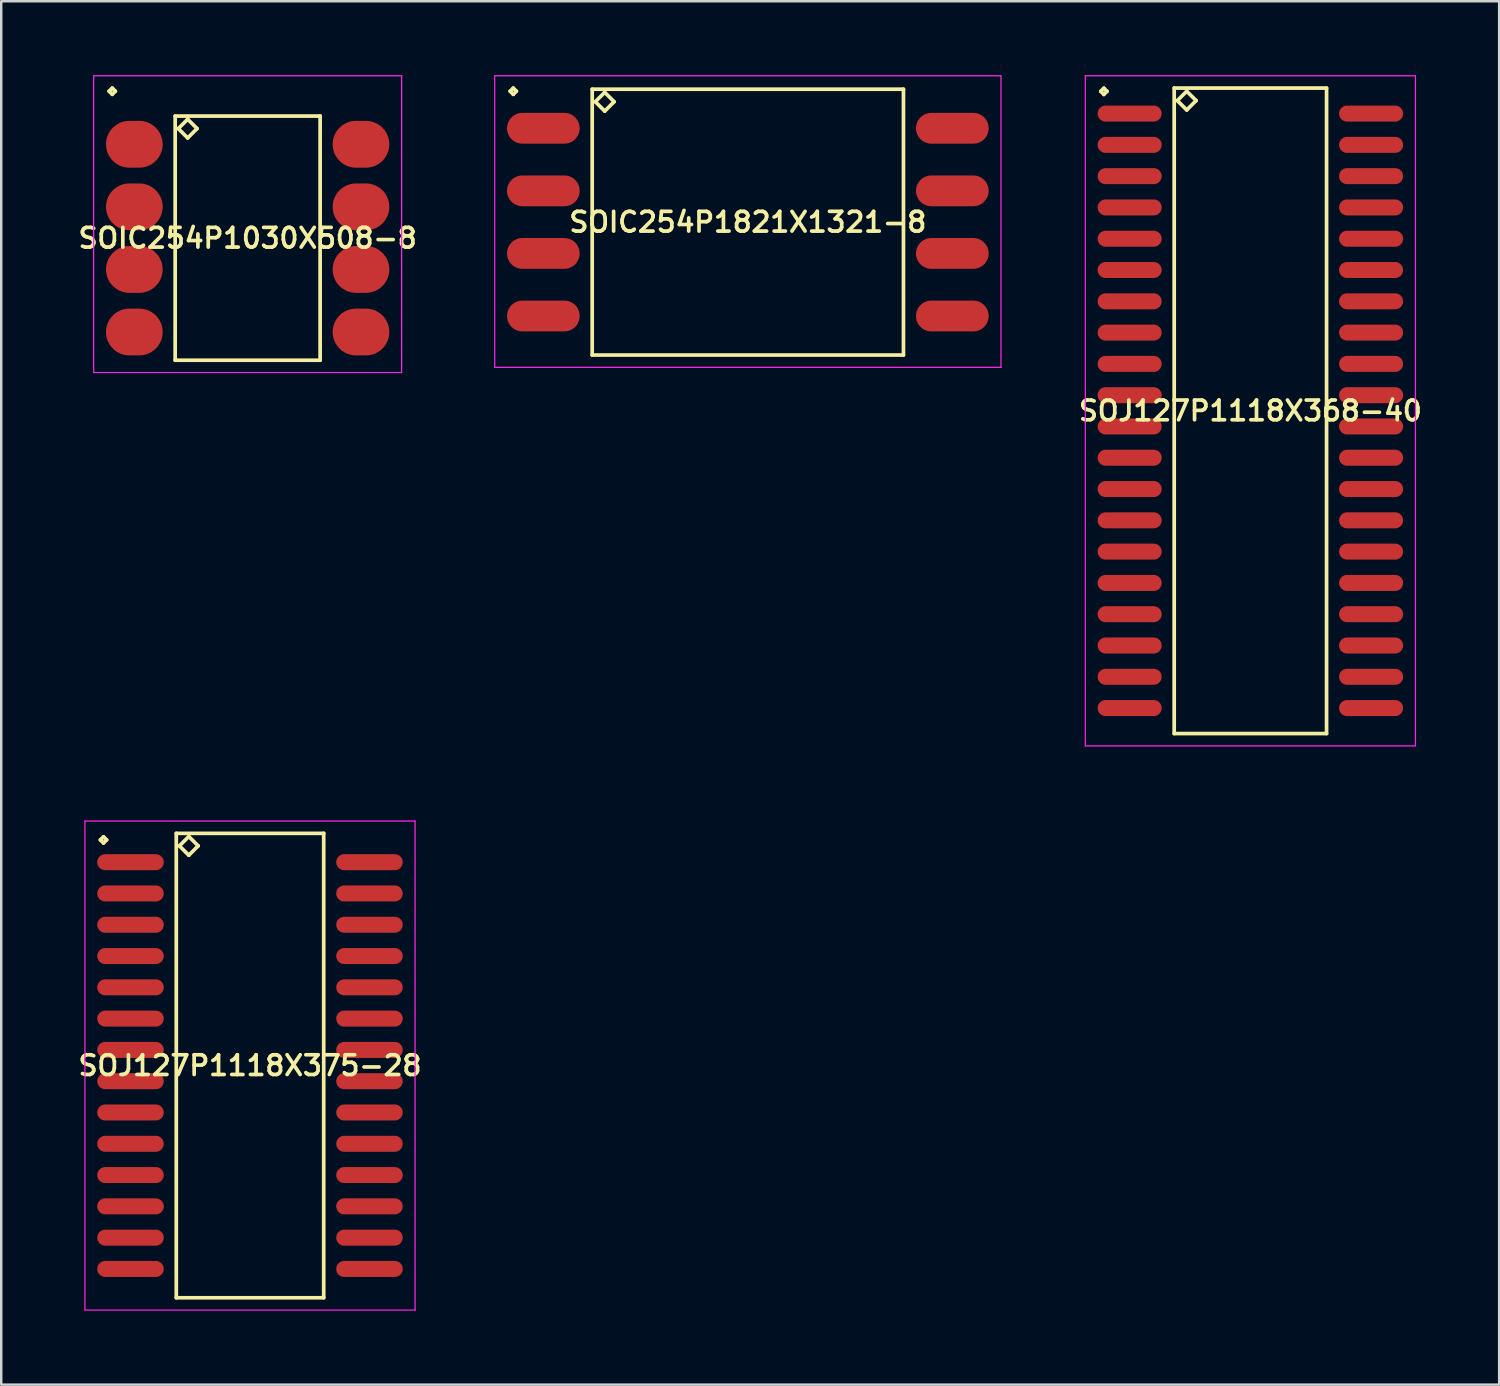
<source format=kicad_pcb>
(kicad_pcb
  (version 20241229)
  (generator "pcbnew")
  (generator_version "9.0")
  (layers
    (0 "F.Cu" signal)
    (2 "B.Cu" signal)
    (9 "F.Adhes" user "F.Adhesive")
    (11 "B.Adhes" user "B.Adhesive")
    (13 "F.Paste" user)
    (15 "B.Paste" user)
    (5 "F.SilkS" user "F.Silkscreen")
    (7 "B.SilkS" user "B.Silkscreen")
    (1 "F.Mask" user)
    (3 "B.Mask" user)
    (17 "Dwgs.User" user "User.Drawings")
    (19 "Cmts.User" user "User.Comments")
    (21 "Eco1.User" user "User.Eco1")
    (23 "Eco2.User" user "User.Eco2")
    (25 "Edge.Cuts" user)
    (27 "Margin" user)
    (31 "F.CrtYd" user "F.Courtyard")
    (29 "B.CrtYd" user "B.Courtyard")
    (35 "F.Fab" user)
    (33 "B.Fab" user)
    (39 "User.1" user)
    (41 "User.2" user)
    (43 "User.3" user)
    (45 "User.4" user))
  (footprint "SOJ127P1118X368-40"
    (layer "F.Cu")
    (at 47.702 13.625)
    (property "Reference" "SOJ127P1118X368-40" (at 0 0 0) (layer "F.SilkS") (effects (font (size 0.8 0.8) (thickness 0.15))))
    (attr smd)
    (fp_line (start -6.073 -12.969) (end -5.946 -13.096) (stroke (width 0.15) (type solid)) (layer "F.SilkS"))
    (fp_line (start -5.946 -13.096) (end -5.819 -12.969) (stroke (width 0.15) (type solid)) (layer "F.SilkS"))
    (fp_line (start -5.946 -12.842) (end -6.073 -12.969) (stroke (width 0.15) (type solid)) (layer "F.SilkS"))
    (fp_line (start -5.819 -12.969) (end -5.946 -12.842) (stroke (width 0.15) (type solid)) (layer "F.SilkS"))
    (fp_line (start -3.092 -13.1) (end -3.092 13.1) (stroke (width 0.15) (type solid)) (layer "F.SilkS"))
    (fp_line (start -3.092 13.1) (end 3.092 13.1) (stroke (width 0.15) (type solid)) (layer "F.SilkS"))
    (fp_line (start -2.965 -12.592) (end -2.584 -12.973) (stroke (width 0.15) (type solid)) (layer "F.SilkS"))
    (fp_line (start -2.584 -12.973) (end -2.203 -12.592) (stroke (width 0.15) (type solid)) (layer "F.SilkS"))
    (fp_line (start -2.584 -12.211) (end -2.965 -12.592) (stroke (width 0.15) (type solid)) (layer "F.SilkS"))
    (fp_line (start -2.203 -12.592) (end -2.584 -12.211) (stroke (width 0.15) (type solid)) (layer "F.SilkS"))
    (fp_line (start 3.092 -13.1) (end -3.092 -13.1) (stroke (width 0.15) (type solid)) (layer "F.SilkS"))
    (fp_line (start 3.092 13.1) (end 3.092 -13.1) (stroke (width 0.15) (type solid)) (layer "F.SilkS"))
    (fp_line (start -6.7 -13.6) (end 6.7 -13.6) (stroke (width 0.05) (type solid)) (layer "F.CrtYd"))
    (fp_line (start -6.7 13.6) (end -6.7 -13.6) (stroke (width 0.05) (type solid)) (layer "F.CrtYd"))
    (fp_line (start 6.7 -13.6) (end 6.7 13.6) (stroke (width 0.05) (type solid)) (layer "F.CrtYd"))
    (fp_line (start 6.7 13.6) (end -6.7 13.6) (stroke (width 0.05) (type solid)) (layer "F.CrtYd"))
    (pad "1" smd oval (at -4.9 -12.065) (size 2.6 0.65) (layers "F.Cu" "F.Mask" "F.Paste"))
    (pad "2" smd oval (at -4.9 -10.795) (size 2.6 0.65) (layers "F.Cu" "F.Mask" "F.Paste"))
    (pad "3" smd oval (at -4.9 -9.525) (size 2.6 0.65) (layers "F.Cu" "F.Mask" "F.Paste"))
    (pad "4" smd oval (at -4.9 -8.255) (size 2.6 0.65) (layers "F.Cu" "F.Mask" "F.Paste"))
    (pad "5" smd oval (at -4.9 -6.985) (size 2.6 0.65) (layers "F.Cu" "F.Mask" "F.Paste"))
    (pad "6" smd oval (at -4.9 -5.715) (size 2.6 0.65) (layers "F.Cu" "F.Mask" "F.Paste"))
    (pad "7" smd oval (at -4.9 -4.445) (size 2.6 0.65) (layers "F.Cu" "F.Mask" "F.Paste"))
    (pad "8" smd oval (at -4.9 -3.175) (size 2.6 0.65) (layers "F.Cu" "F.Mask" "F.Paste"))
    (pad "9" smd oval (at -4.9 -1.905) (size 2.6 0.65) (layers "F.Cu" "F.Mask" "F.Paste"))
    (pad "10" smd oval (at -4.9 -0.635) (size 2.6 0.65) (layers "F.Cu" "F.Mask" "F.Paste"))
    (pad "11" smd oval (at -4.9 0.635) (size 2.6 0.65) (layers "F.Cu" "F.Mask" "F.Paste"))
    (pad "12" smd oval (at -4.9 1.905) (size 2.6 0.65) (layers "F.Cu" "F.Mask" "F.Paste"))
    (pad "13" smd oval (at -4.9 3.175) (size 2.6 0.65) (layers "F.Cu" "F.Mask" "F.Paste"))
    (pad "14" smd oval (at -4.9 4.445) (size 2.6 0.65) (layers "F.Cu" "F.Mask" "F.Paste"))
    (pad "15" smd oval (at -4.9 5.715) (size 2.6 0.65) (layers "F.Cu" "F.Mask" "F.Paste"))
    (pad "16" smd oval (at -4.9 6.985) (size 2.6 0.65) (layers "F.Cu" "F.Mask" "F.Paste"))
    (pad "17" smd oval (at -4.9 8.255) (size 2.6 0.65) (layers "F.Cu" "F.Mask" "F.Paste"))
    (pad "18" smd oval (at -4.9 9.525) (size 2.6 0.65) (layers "F.Cu" "F.Mask" "F.Paste"))
    (pad "19" smd oval (at -4.9 10.795) (size 2.6 0.65) (layers "F.Cu" "F.Mask" "F.Paste"))
    (pad "20" smd oval (at -4.9 12.065) (size 2.6 0.65) (layers "F.Cu" "F.Mask" "F.Paste"))
    (pad "21" smd oval (at 4.9 12.065) (size 2.6 0.65) (layers "F.Cu" "F.Mask" "F.Paste"))
    (pad "22" smd oval (at 4.9 10.795) (size 2.6 0.65) (layers "F.Cu" "F.Mask" "F.Paste"))
    (pad "23" smd oval (at 4.9 9.525) (size 2.6 0.65) (layers "F.Cu" "F.Mask" "F.Paste"))
    (pad "24" smd oval (at 4.9 8.255) (size 2.6 0.65) (layers "F.Cu" "F.Mask" "F.Paste"))
    (pad "25" smd oval (at 4.9 6.985) (size 2.6 0.65) (layers "F.Cu" "F.Mask" "F.Paste"))
    (pad "26" smd oval (at 4.9 5.715) (size 2.6 0.65) (layers "F.Cu" "F.Mask" "F.Paste"))
    (pad "27" smd oval (at 4.9 4.445) (size 2.6 0.65) (layers "F.Cu" "F.Mask" "F.Paste"))
    (pad "28" smd oval (at 4.9 3.175) (size 2.6 0.65) (layers "F.Cu" "F.Mask" "F.Paste"))
    (pad "29" smd oval (at 4.9 1.905) (size 2.6 0.65) (layers "F.Cu" "F.Mask" "F.Paste"))
    (pad "30" smd oval (at 4.9 0.635) (size 2.6 0.65) (layers "F.Cu" "F.Mask" "F.Paste"))
    (pad "31" smd oval (at 4.9 -0.635) (size 2.6 0.65) (layers "F.Cu" "F.Mask" "F.Paste"))
    (pad "32" smd oval (at 4.9 -1.905) (size 2.6 0.65) (layers "F.Cu" "F.Mask" "F.Paste"))
    (pad "33" smd oval (at 4.9 -3.175) (size 2.6 0.65) (layers "F.Cu" "F.Mask" "F.Paste"))
    (pad "34" smd oval (at 4.9 -4.445) (size 2.6 0.65) (layers "F.Cu" "F.Mask" "F.Paste"))
    (pad "35" smd oval (at 4.9 -5.715) (size 2.6 0.65) (layers "F.Cu" "F.Mask" "F.Paste"))
    (pad "36" smd oval (at 4.9 -6.985) (size 2.6 0.65) (layers "F.Cu" "F.Mask" "F.Paste"))
    (pad "37" smd oval (at 4.9 -8.255) (size 2.6 0.65) (layers "F.Cu" "F.Mask" "F.Paste"))
    (pad "38" smd oval (at 4.9 -9.525) (size 2.6 0.65) (layers "F.Cu" "F.Mask" "F.Paste"))
    (pad "39" smd oval (at 4.9 -10.795) (size 2.6 0.65) (layers "F.Cu" "F.Mask" "F.Paste"))
    (pad "40" smd oval (at 4.9 -12.065) (size 2.6 0.65) (layers "F.Cu" "F.Mask" "F.Paste")))
  (footprint "SOIC254P1821X1321-8"
    (layer "F.Cu")
    (at 27.304 5.966)
    (property "Reference" "SOIC254P1821X1321-8" (at 0 0 0) (layer "F.SilkS") (effects (font (size 0.8 0.8) (thickness 0.15))))
    (attr smd)
    (fp_line (start -9.648 -5.314) (end -9.521 -5.441) (stroke (width 0.15) (type solid)) (layer "F.SilkS"))
    (fp_line (start -9.521 -5.441) (end -9.394 -5.314) (stroke (width 0.15) (type solid)) (layer "F.SilkS"))
    (fp_line (start -9.521 -5.187) (end -9.648 -5.314) (stroke (width 0.15) (type solid)) (layer "F.SilkS"))
    (fp_line (start -9.394 -5.314) (end -9.521 -5.187) (stroke (width 0.15) (type solid)) (layer "F.SilkS"))
    (fp_line (start -6.317 -5.395) (end -6.317 5.395) (stroke (width 0.15) (type solid)) (layer "F.SilkS"))
    (fp_line (start -6.317 5.395) (end 6.317 5.395) (stroke (width 0.15) (type solid)) (layer "F.SilkS"))
    (fp_line (start -6.19 -4.887) (end -5.809 -5.268) (stroke (width 0.15) (type solid)) (layer "F.SilkS"))
    (fp_line (start -5.809 -5.268) (end -5.428 -4.887) (stroke (width 0.15) (type solid)) (layer "F.SilkS"))
    (fp_line (start -5.809 -4.506) (end -6.19 -4.887) (stroke (width 0.15) (type solid)) (layer "F.SilkS"))
    (fp_line (start -5.428 -4.887) (end -5.809 -4.506) (stroke (width 0.15) (type solid)) (layer "F.SilkS"))
    (fp_line (start 6.317 -5.395) (end -6.317 -5.395) (stroke (width 0.15) (type solid)) (layer "F.SilkS"))
    (fp_line (start 6.317 5.395) (end 6.317 -5.395) (stroke (width 0.15) (type solid)) (layer "F.SilkS"))
    (fp_line (start -10.275 -5.941) (end 10.275 -5.941) (stroke (width 0.05) (type solid)) (layer "F.CrtYd"))
    (fp_line (start -10.275 5.895) (end -10.275 -5.941) (stroke (width 0.05) (type solid)) (layer "F.CrtYd"))
    (fp_line (start 10.275 -5.941) (end 10.275 5.895) (stroke (width 0.05) (type solid)) (layer "F.CrtYd"))
    (fp_line (start 10.275 5.895) (end -10.275 5.895) (stroke (width 0.05) (type solid)) (layer "F.CrtYd"))
    (pad "1" smd oval (at -8.3 -3.81) (size 2.95 1.25) (layers "F.Cu" "F.Mask" "F.Paste"))
    (pad "2" smd oval (at -8.3 -1.27) (size 2.95 1.25) (layers "F.Cu" "F.Mask" "F.Paste"))
    (pad "3" smd oval (at -8.3 1.27) (size 2.95 1.25) (layers "F.Cu" "F.Mask" "F.Paste"))
    (pad "4" smd oval (at -8.3 3.81) (size 2.95 1.25) (layers "F.Cu" "F.Mask" "F.Paste"))
    (pad "5" smd oval (at 8.3 3.81) (size 2.95 1.25) (layers "F.Cu" "F.Mask" "F.Paste"))
    (pad "6" smd oval (at 8.3 1.27) (size 2.95 1.25) (layers "F.Cu" "F.Mask" "F.Paste"))
    (pad "7" smd oval (at 8.3 -1.27) (size 2.95 1.25) (layers "F.Cu" "F.Mask" "F.Paste"))
    (pad "8" smd oval (at 8.3 -3.81) (size 2.95 1.25) (layers "F.Cu" "F.Mask" "F.Paste")))
  (footprint "SOJ127P1118X375-28"
    (layer "F.Cu")
    (at 7.097 40.2)
    (property "Reference" "SOJ127P1118X375-28" (at 0 0 0) (layer "F.SilkS") (effects (font (size 0.8 0.8) (thickness 0.15))))
    (attr smd)
    (fp_line (start -6.073 -9.159) (end -5.946 -9.286) (stroke (width 0.15) (type solid)) (layer "F.SilkS"))
    (fp_line (start -5.946 -9.286) (end -5.819 -9.159) (stroke (width 0.15) (type solid)) (layer "F.SilkS"))
    (fp_line (start -5.946 -9.032) (end -6.073 -9.159) (stroke (width 0.15) (type solid)) (layer "F.SilkS"))
    (fp_line (start -5.819 -9.159) (end -5.946 -9.032) (stroke (width 0.15) (type solid)) (layer "F.SilkS"))
    (fp_line (start -2.992 -9.425) (end -2.992 9.425) (stroke (width 0.15) (type solid)) (layer "F.SilkS"))
    (fp_line (start -2.992 9.425) (end 2.992 9.425) (stroke (width 0.15) (type solid)) (layer "F.SilkS"))
    (fp_line (start -2.865 -8.917) (end -2.484 -9.298) (stroke (width 0.15) (type solid)) (layer "F.SilkS"))
    (fp_line (start -2.484 -9.298) (end -2.103 -8.917) (stroke (width 0.15) (type solid)) (layer "F.SilkS"))
    (fp_line (start -2.484 -8.536) (end -2.865 -8.917) (stroke (width 0.15) (type solid)) (layer "F.SilkS"))
    (fp_line (start -2.103 -8.917) (end -2.484 -8.536) (stroke (width 0.15) (type solid)) (layer "F.SilkS"))
    (fp_line (start 2.992 -9.425) (end -2.992 -9.425) (stroke (width 0.15) (type solid)) (layer "F.SilkS"))
    (fp_line (start 2.992 9.425) (end 2.992 -9.425) (stroke (width 0.15) (type solid)) (layer "F.SilkS"))
    (fp_line (start -6.7 -9.925) (end 6.7 -9.925) (stroke (width 0.05) (type solid)) (layer "F.CrtYd"))
    (fp_line (start -6.7 9.925) (end -6.7 -9.925) (stroke (width 0.05) (type solid)) (layer "F.CrtYd"))
    (fp_line (start 6.7 -9.925) (end 6.7 9.925) (stroke (width 0.05) (type solid)) (layer "F.CrtYd"))
    (fp_line (start 6.7 9.925) (end -6.7 9.925) (stroke (width 0.05) (type solid)) (layer "F.CrtYd"))
    (pad "1" smd oval (at -4.85 -8.255) (size 2.7 0.65) (layers "F.Cu" "F.Mask" "F.Paste"))
    (pad "2" smd oval (at -4.85 -6.985) (size 2.7 0.65) (layers "F.Cu" "F.Mask" "F.Paste"))
    (pad "3" smd oval (at -4.85 -5.715) (size 2.7 0.65) (layers "F.Cu" "F.Mask" "F.Paste"))
    (pad "4" smd oval (at -4.85 -4.445) (size 2.7 0.65) (layers "F.Cu" "F.Mask" "F.Paste"))
    (pad "5" smd oval (at -4.85 -3.175) (size 2.7 0.65) (layers "F.Cu" "F.Mask" "F.Paste"))
    (pad "6" smd oval (at -4.85 -1.905) (size 2.7 0.65) (layers "F.Cu" "F.Mask" "F.Paste"))
    (pad "7" smd oval (at -4.85 -0.635) (size 2.7 0.65) (layers "F.Cu" "F.Mask" "F.Paste"))
    (pad "8" smd oval (at -4.85 0.635) (size 2.7 0.65) (layers "F.Cu" "F.Mask" "F.Paste"))
    (pad "9" smd oval (at -4.85 1.905) (size 2.7 0.65) (layers "F.Cu" "F.Mask" "F.Paste"))
    (pad "10" smd oval (at -4.85 3.175) (size 2.7 0.65) (layers "F.Cu" "F.Mask" "F.Paste"))
    (pad "11" smd oval (at -4.85 4.445) (size 2.7 0.65) (layers "F.Cu" "F.Mask" "F.Paste"))
    (pad "12" smd oval (at -4.85 5.715) (size 2.7 0.65) (layers "F.Cu" "F.Mask" "F.Paste"))
    (pad "13" smd oval (at -4.85 6.985) (size 2.7 0.65) (layers "F.Cu" "F.Mask" "F.Paste"))
    (pad "14" smd oval (at -4.85 8.255) (size 2.7 0.65) (layers "F.Cu" "F.Mask" "F.Paste"))
    (pad "15" smd oval (at 4.85 8.255) (size 2.7 0.65) (layers "F.Cu" "F.Mask" "F.Paste"))
    (pad "16" smd oval (at 4.85 6.985) (size 2.7 0.65) (layers "F.Cu" "F.Mask" "F.Paste"))
    (pad "17" smd oval (at 4.85 5.715) (size 2.7 0.65) (layers "F.Cu" "F.Mask" "F.Paste"))
    (pad "18" smd oval (at 4.85 4.445) (size 2.7 0.65) (layers "F.Cu" "F.Mask" "F.Paste"))
    (pad "19" smd oval (at 4.85 3.175) (size 2.7 0.65) (layers "F.Cu" "F.Mask" "F.Paste"))
    (pad "20" smd oval (at 4.85 1.905) (size 2.7 0.65) (layers "F.Cu" "F.Mask" "F.Paste"))
    (pad "21" smd oval (at 4.85 0.635) (size 2.7 0.65) (layers "F.Cu" "F.Mask" "F.Paste"))
    (pad "22" smd oval (at 4.85 -0.635) (size 2.7 0.65) (layers "F.Cu" "F.Mask" "F.Paste"))
    (pad "23" smd oval (at 4.85 -1.905) (size 2.7 0.65) (layers "F.Cu" "F.Mask" "F.Paste"))
    (pad "24" smd oval (at 4.85 -3.175) (size 2.7 0.65) (layers "F.Cu" "F.Mask" "F.Paste"))
    (pad "25" smd oval (at 4.85 -4.445) (size 2.7 0.65) (layers "F.Cu" "F.Mask" "F.Paste"))
    (pad "26" smd oval (at 4.85 -5.715) (size 2.7 0.65) (layers "F.Cu" "F.Mask" "F.Paste"))
    (pad "27" smd oval (at 4.85 -6.985) (size 2.7 0.65) (layers "F.Cu" "F.Mask" "F.Paste"))
    (pad "28" smd oval (at 4.85 -8.255) (size 2.7 0.65) (layers "F.Cu" "F.Mask" "F.Paste")))
  (footprint "SOIC254P1030X508-8"
    (layer "F.Cu")
    (at 7.002 6.616)
    (property "Reference" "SOIC254P1030X508-8" (at 0 0 0) (layer "F.SilkS") (effects (font (size 0.8 0.8) (thickness 0.15))))
    (attr smd)
    (fp_line (start -5.623 -5.964) (end -5.496 -6.091) (stroke (width 0.15) (type solid)) (layer "F.SilkS"))
    (fp_line (start -5.496 -6.091) (end -5.369 -5.964) (stroke (width 0.15) (type solid)) (layer "F.SilkS"))
    (fp_line (start -5.496 -5.837) (end -5.623 -5.964) (stroke (width 0.15) (type solid)) (layer "F.SilkS"))
    (fp_line (start -5.369 -5.964) (end -5.496 -5.837) (stroke (width 0.15) (type solid)) (layer "F.SilkS"))
    (fp_line (start -2.942 -4.955) (end -2.942 4.955) (stroke (width 0.15) (type solid)) (layer "F.SilkS"))
    (fp_line (start -2.942 4.955) (end 2.942 4.955) (stroke (width 0.15) (type solid)) (layer "F.SilkS"))
    (fp_line (start -2.815 -4.447) (end -2.434 -4.828) (stroke (width 0.15) (type solid)) (layer "F.SilkS"))
    (fp_line (start -2.434 -4.828) (end -2.053 -4.447) (stroke (width 0.15) (type solid)) (layer "F.SilkS"))
    (fp_line (start -2.434 -4.066) (end -2.815 -4.447) (stroke (width 0.15) (type solid)) (layer "F.SilkS"))
    (fp_line (start -2.053 -4.447) (end -2.434 -4.066) (stroke (width 0.15) (type solid)) (layer "F.SilkS"))
    (fp_line (start 2.942 -4.955) (end -2.942 -4.955) (stroke (width 0.15) (type solid)) (layer "F.SilkS"))
    (fp_line (start 2.942 4.955) (end 2.942 -4.955) (stroke (width 0.15) (type solid)) (layer "F.SilkS"))
    (fp_line (start -6.25 -6.591) (end 6.25 -6.591) (stroke (width 0.05) (type solid)) (layer "F.CrtYd"))
    (fp_line (start -6.25 5.455) (end -6.25 -6.591) (stroke (width 0.05) (type solid)) (layer "F.CrtYd"))
    (fp_line (start 6.25 -6.591) (end 6.25 5.455) (stroke (width 0.05) (type solid)) (layer "F.CrtYd"))
    (fp_line (start 6.25 5.455) (end -6.25 5.455) (stroke (width 0.05) (type solid)) (layer "F.CrtYd"))
    (pad "1" smd oval (at -4.6 -3.81) (size 2.3 1.9) (layers "F.Cu" "F.Mask" "F.Paste"))
    (pad "2" smd oval (at -4.6 -1.27) (size 2.3 1.9) (layers "F.Cu" "F.Mask" "F.Paste"))
    (pad "3" smd oval (at -4.6 1.27) (size 2.3 1.9) (layers "F.Cu" "F.Mask" "F.Paste"))
    (pad "4" smd oval (at -4.6 3.81) (size 2.3 1.9) (layers "F.Cu" "F.Mask" "F.Paste"))
    (pad "5" smd oval (at 4.6 3.81) (size 2.3 1.9) (layers "F.Cu" "F.Mask" "F.Paste"))
    (pad "6" smd oval (at 4.6 1.27) (size 2.3 1.9) (layers "F.Cu" "F.Mask" "F.Paste"))
    (pad "7" smd oval (at 4.6 -1.27) (size 2.3 1.9) (layers "F.Cu" "F.Mask" "F.Paste"))
    (pad "8" smd oval (at 4.6 -3.81) (size 2.3 1.9) (layers "F.Cu" "F.Mask" "F.Paste")))
  (gr_rect
    (start -3 -3)
    (end 57.799 53.15)
    (stroke (width 0.1) (type default))
    (fill no)
    (layer "Edge.Cuts")))
</source>
